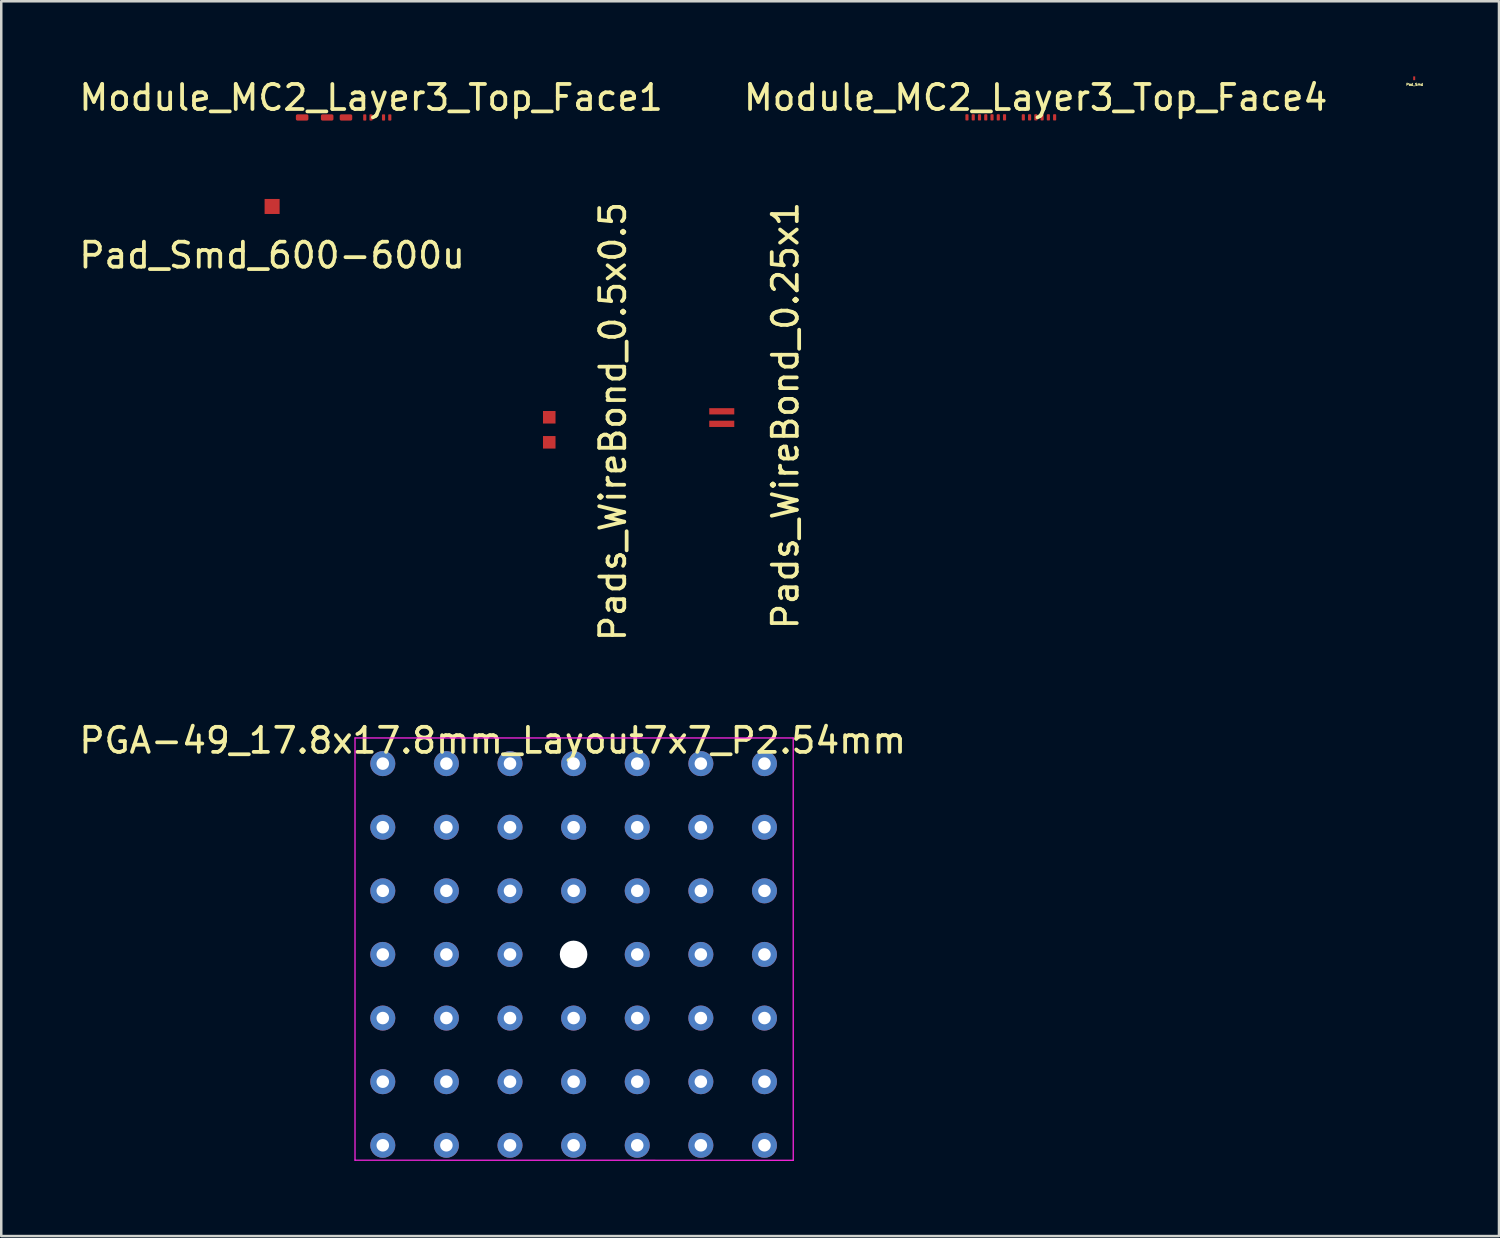
<source format=kicad_pcb>
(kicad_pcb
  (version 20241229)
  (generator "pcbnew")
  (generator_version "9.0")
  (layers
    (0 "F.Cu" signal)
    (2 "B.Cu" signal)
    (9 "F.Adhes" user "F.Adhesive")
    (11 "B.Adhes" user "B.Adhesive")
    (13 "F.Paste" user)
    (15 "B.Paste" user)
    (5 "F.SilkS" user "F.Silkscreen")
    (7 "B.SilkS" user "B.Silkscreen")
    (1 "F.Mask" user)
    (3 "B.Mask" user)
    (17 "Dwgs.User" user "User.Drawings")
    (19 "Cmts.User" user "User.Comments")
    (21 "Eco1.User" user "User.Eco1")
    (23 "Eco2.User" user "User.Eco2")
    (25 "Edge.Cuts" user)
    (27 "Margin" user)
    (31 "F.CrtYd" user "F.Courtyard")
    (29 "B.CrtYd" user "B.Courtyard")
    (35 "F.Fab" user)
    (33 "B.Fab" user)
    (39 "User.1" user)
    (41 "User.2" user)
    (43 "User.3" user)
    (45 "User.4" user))
  (footprint "Pad_Smd_600-600u"
    (layer "F.Cu")
    (at 7.815 6.644)
    (property "Reference" "Pad_Smd_600-600u" (at 0 0.5 0) (layer "F.SilkS") (effects (font (size 1 1) (thickness 0.15))))
    (attr through_hole)
    (pad "1" smd rect (at 0 -1.45) (size 0.6 0.6) (layers "F.Cu" "F.Mask" "F.Paste")))
  (footprint "PGA-49_17.8x17.8mm_Layout7x7_P2.54mm"
    (layer "F.Cu")
    (at 16.625 31.916)
    (property "Reference" "PGA-49_17.8x17.8mm_Layout7x7_P2.54mm" (at 0 -5.4 0) (layer "F.SilkS") (effects (font (size 1 1) (thickness 0.15))))
    (attr through_hole)
    (fp_line (start -5.5 -5.5) (end -5.5 11.359) (stroke (width 0.05) (type solid)) (layer "F.CrtYd"))
    (fp_line (start -5.5 -5.5) (end 11.997 -5.5) (stroke (width 0.05) (type solid)) (layer "F.CrtYd"))
    (fp_line (start 11.998 11.363) (end -5.5 11.359) (stroke (width 0.05) (type solid)) (layer "F.CrtYd"))
    (fp_line (start 11.998 11.363) (end 11.997 -5.5) (stroke (width 0.05) (type solid)) (layer "F.CrtYd"))
    (pad "" np_thru_hole oval (at 3.227 3.143) (size 1.1 1.1) (drill 1.1) (layers "*.Cu" "*.Mask"))
    (pad "A1" thru_hole circle (at 10.849 -4.476) (size 1 1) (drill 0.5) (layers "*.Cu" "*.Mask"))
    (pad "A2" thru_hole circle (at 8.309 -4.476) (size 1 1) (drill 0.5) (layers "*.Cu" "*.Mask"))
    (pad "A3" thru_hole circle (at 5.769 -4.476) (size 1 1) (drill 0.5) (layers "*.Cu" "*.Mask"))
    (pad "A4" thru_hole circle (at 3.229 -4.476) (size 1 1) (drill 0.5) (layers "*.Cu" "*.Mask"))
    (pad "A5" thru_hole circle (at 0.689 -4.476) (size 1 1) (drill 0.5) (layers "*.Cu" "*.Mask"))
    (pad "A6" thru_hole circle (at -1.851 -4.476) (size 1 1) (drill 0.5) (layers "*.Cu" "*.Mask"))
    (pad "A7" thru_hole circle (at -4.391 -4.476) (size 1 1) (drill 0.5) (layers "*.Cu" "*.Mask"))
    (pad "B1" thru_hole circle (at 10.849 -1.936) (size 1 1) (drill 0.5) (layers "*.Cu" "*.Mask"))
    (pad "B2" thru_hole circle (at 8.309 -1.936) (size 1 1) (drill 0.5) (layers "*.Cu" "*.Mask"))
    (pad "B3" thru_hole circle (at 5.769 -1.936) (size 1 1) (drill 0.5) (layers "*.Cu" "*.Mask"))
    (pad "B4" thru_hole circle (at 3.229 -1.936) (size 1 1) (drill 0.5) (layers "*.Cu" "*.Mask"))
    (pad "B5" thru_hole circle (at 0.689 -1.936) (size 1 1) (drill 0.5) (layers "*.Cu" "*.Mask"))
    (pad "B6" thru_hole circle (at -1.851 -1.936) (size 1 1) (drill 0.5) (layers "*.Cu" "*.Mask"))
    (pad "B7" thru_hole circle (at -4.391 -1.936) (size 1 1) (drill 0.5) (layers "*.Cu" "*.Mask"))
    (pad "C1" thru_hole circle (at 10.849 0.604) (size 1 1) (drill 0.5) (layers "*.Cu" "*.Mask"))
    (pad "C2" thru_hole circle (at 8.309 0.604) (size 1 1) (drill 0.5) (layers "*.Cu" "*.Mask"))
    (pad "C3" thru_hole circle (at 5.769 0.604) (size 1 1) (drill 0.5) (layers "*.Cu" "*.Mask"))
    (pad "C4" thru_hole circle (at 3.229 0.604) (size 1 1) (drill 0.5) (layers "*.Cu" "*.Mask"))
    (pad "C5" thru_hole circle (at 0.689 0.604) (size 1 1) (drill 0.5) (layers "*.Cu" "*.Mask"))
    (pad "C6" thru_hole circle (at -1.851 0.604) (size 1 1) (drill 0.5) (layers "*.Cu" "*.Mask"))
    (pad "C7" thru_hole circle (at -4.391 0.604) (size 1 1) (drill 0.5) (layers "*.Cu" "*.Mask"))
    (pad "D1" thru_hole circle (at 10.849 3.144) (size 1 1) (drill 0.5) (layers "*.Cu" "*.Mask"))
    (pad "D2" thru_hole circle (at 8.309 3.144) (size 1 1) (drill 0.5) (layers "*.Cu" "*.Mask"))
    (pad "D3" thru_hole circle (at 5.769 3.144) (size 1 1) (drill 0.5) (layers "*.Cu" "*.Mask"))
    (pad "D5" thru_hole circle (at 0.689 3.144) (size 1 1) (drill 0.5) (layers "*.Cu" "*.Mask"))
    (pad "D6" thru_hole circle (at -1.851 3.144) (size 1 1) (drill 0.5) (layers "*.Cu" "*.Mask"))
    (pad "D7" thru_hole circle (at -4.391 3.144) (size 1 1) (drill 0.5) (layers "*.Cu" "*.Mask"))
    (pad "E1" thru_hole circle (at 10.849 5.684) (size 1 1) (drill 0.5) (layers "*.Cu" "*.Mask"))
    (pad "E2" thru_hole circle (at 8.309 5.684) (size 1 1) (drill 0.5) (layers "*.Cu" "*.Mask"))
    (pad "E3" thru_hole circle (at 5.769 5.684) (size 1 1) (drill 0.5) (layers "*.Cu" "*.Mask"))
    (pad "E4" thru_hole circle (at 3.229 5.684) (size 1 1) (drill 0.5) (layers "*.Cu" "*.Mask"))
    (pad "E5" thru_hole circle (at 0.689 5.684) (size 1 1) (drill 0.5) (layers "*.Cu" "*.Mask"))
    (pad "E6" thru_hole circle (at -1.851 5.684) (size 1 1) (drill 0.5) (layers "*.Cu" "*.Mask"))
    (pad "E7" thru_hole circle (at -4.391 5.684) (size 1 1) (drill 0.5) (layers "*.Cu" "*.Mask"))
    (pad "F1" thru_hole circle (at 10.849 8.224) (size 1 1) (drill 0.5) (layers "*.Cu" "*.Mask"))
    (pad "F2" thru_hole circle (at 8.309 8.224) (size 1 1) (drill 0.5) (layers "*.Cu" "*.Mask"))
    (pad "F3" thru_hole circle (at 5.769 8.224) (size 1 1) (drill 0.5) (layers "*.Cu" "*.Mask"))
    (pad "F4" thru_hole circle (at 3.229 8.224) (size 1 1) (drill 0.5) (layers "*.Cu" "*.Mask"))
    (pad "F5" thru_hole circle (at 0.689 8.224) (size 1 1) (drill 0.5) (layers "*.Cu" "*.Mask"))
    (pad "F6" thru_hole circle (at -1.851 8.224) (size 1 1) (drill 0.5) (layers "*.Cu" "*.Mask"))
    (pad "F7" thru_hole circle (at -4.391 8.224) (size 1 1) (drill 0.5) (layers "*.Cu" "*.Mask"))
    (pad "G1" thru_hole circle (at 10.849 10.764) (size 1 1) (drill 0.5) (layers "*.Cu" "*.Mask"))
    (pad "G2" thru_hole circle (at 8.309 10.764) (size 1 1) (drill 0.5) (layers "*.Cu" "*.Mask"))
    (pad "G3" thru_hole circle (at 5.769 10.764) (size 1 1) (drill 0.5) (layers "*.Cu" "*.Mask"))
    (pad "G4" thru_hole circle (at 3.229 10.764) (size 1 1) (drill 0.5) (layers "*.Cu" "*.Mask"))
    (pad "G5" thru_hole circle (at 0.689 10.764) (size 1 1) (drill 0.5) (layers "*.Cu" "*.Mask"))
    (pad "G6" thru_hole circle (at -1.851 10.764) (size 1 1) (drill 0.5) (layers "*.Cu" "*.Mask"))
    (pad "G7" thru_hole circle (at -4.391 10.764) (size 1 1) (drill 0.5) (layers "*.Cu" "*.Mask")))
  (footprint "Pad_Smd"
    (layer "F.Cu")
    (at 53.417 0.325)
    (property "Reference" "Pad_Smd" (at 0.02 0 0) (layer "F.SilkS") (effects (font (size 0.1 0.1) (thickness 0.025))))
    (attr through_hole)
    (pad "1" smd rect (at 0 -0.25) (size 0.08 0.15) (layers "F.Cu" "F.Mask" "F.Paste")))
  (footprint "Pads_WireBond_0.25x1"
    (layer "F.Cu")
    (at 25.769 13.883)
    (property "Reference" "Pads_WireBond_0.25x1" (at 2.54 -0.34 90) (layer "F.SilkS") (effects (font (size 1 1) (thickness 0.15))))
    (attr through_hole)
    (pad "1" smd rect (at 0 -0.51) (size 1 0.25) (layers "F.Cu" "F.Mask"))
    (pad "2" smd rect (at 0 -0.01) (size 1 0.25) (layers "F.Cu" "F.Mask")))
  (footprint "Pads_WireBond_0.5x0.5"
    (layer "F.Cu")
    (at 18.881 14.121)
    (property "Reference" "Pads_WireBond_0.5x0.5" (at 2.54 -0.34 90) (layer "F.SilkS") (effects (font (size 1 1) (thickness 0.15))))
    (attr through_hole)
    (pad "1" smd rect (at 0 -0.51) (size 0.5 0.5) (layers "F.Cu" "F.Mask"))
    (pad "2" smd rect (at 0 0.49) (size 0.5 0.5) (layers "F.Cu" "F.Mask")))
  (footprint "Module_MC2_Layer3_Top_Face4"
    (layer "F.Cu")
    (at 35.557 1.644)
    (property "Reference" "Module_MC2_Layer3_Top_Face4" (at 2.747 -0.796 0) (unlocked yes) (layer "F.SilkS") (effects (font (size 1 1) (thickness 0.15))))
    (attr smd)
    (pad "1" smd roundrect (at 0.003 -0.008 180) (size 0.125 0.25) (layers "F.Cu" "F.Mask" "F.Paste") (roundrect_rratio 0.25))
    (pad "2" smd roundrect (at 0.253 -0.008 180) (size 0.125 0.25) (layers "F.Cu" "F.Mask" "F.Paste") (roundrect_rratio 0.25))
    (pad "3" smd roundrect (at 0.503 -0.008 180) (size 0.125 0.25) (layers "F.Cu" "F.Mask" "F.Paste") (roundrect_rratio 0.25))
    (pad "4" smd roundrect (at 0.753 -0.008 180) (size 0.125 0.25) (layers "F.Cu" "F.Mask" "F.Paste") (roundrect_rratio 0.25))
    (pad "5" smd roundrect (at 1.003 -0.008 180) (size 0.125 0.25) (layers "F.Cu" "F.Mask" "F.Paste") (roundrect_rratio 0.25))
    (pad "6" smd roundrect (at 1.253 -0.008 180) (size 0.125 0.25) (layers "F.Cu" "F.Mask" "F.Paste") (roundrect_rratio 0.25))
    (pad "7" smd roundrect (at 1.503 -0.008 180) (size 0.125 0.25) (layers "F.Cu" "F.Mask" "F.Paste") (roundrect_rratio 0.25))
    (pad "8" smd roundrect (at 2.253 -0.008 180) (size 0.125 0.25) (layers "F.Cu" "F.Mask" "F.Paste") (roundrect_rratio 0.25))
    (pad "9" smd roundrect (at 2.503 -0.008 180) (size 0.125 0.25) (layers "F.Cu" "F.Mask" "F.Paste") (roundrect_rratio 0.25))
    (pad "10" smd roundrect (at 2.753 -0.008 180) (size 0.125 0.25) (layers "F.Cu" "F.Mask" "F.Paste") (roundrect_rratio 0.25))
    (pad "11" smd roundrect (at 3.003 -0.008 180) (size 0.125 0.25) (layers "F.Cu" "F.Mask" "F.Paste") (roundrect_rratio 0.25))
    (pad "12" smd roundrect (at 3.253 -0.008 180) (size 0.125 0.25) (layers "F.Cu" "F.Mask" "F.Paste") (roundrect_rratio 0.25))
    (pad "13" smd roundrect (at 3.503 -0.008 180) (size 0.125 0.25) (layers "F.Cu" "F.Mask" "F.Paste") (roundrect_rratio 0.25)))
  (footprint "Module_MC2_Layer3_Top_Face1"
    (layer "F.Cu")
    (at 9.021 1.644)
    (property "Reference" "Module_MC2_Layer3_Top_Face1" (at 2.747 -0.796 0) (unlocked yes) (layer "F.SilkS") (effects (font (size 1 1) (thickness 0.15))))
    (attr smd)
    (pad "1" smd roundrect (at -0.007 -0.004 180) (size 0.5 0.25) (layers "F.Cu" "F.Mask" "F.Paste") (roundrect_rratio 0.25))
    (pad "2" smd roundrect (at 0.993 -0.004 180) (size 0.5 0.25) (layers "F.Cu" "F.Mask" "F.Paste") (roundrect_rratio 0.25))
    (pad "3" smd roundrect (at 1.743 -0.004 180) (size 0.5 0.25) (layers "F.Cu" "F.Mask" "F.Paste") (roundrect_rratio 0.25))
    (pad "4" smd roundrect (at 2.493 -0.004 180) (size 0.125 0.25) (layers "F.Cu" "F.Mask" "F.Paste") (roundrect_rratio 0.25))
    (pad "5" smd roundrect (at 2.743 -0.004 180) (size 0.125 0.25) (layers "F.Cu" "F.Mask" "F.Paste") (roundrect_rratio 0.25))
    (pad "6" smd roundrect (at 3.243 -0.004 180) (size 0.125 0.25) (layers "F.Cu" "F.Mask" "F.Paste") (roundrect_rratio 0.25))
    (pad "7" smd roundrect (at 3.493 -0.004 180) (size 0.125 0.25) (layers "F.Cu" "F.Mask" "F.Paste") (roundrect_rratio 0.25)))
  (gr_rect
    (start -3 -3)
    (end 56.803 46.304)
    (stroke (width 0.1) (type default))
    (fill no)
    (layer "Edge.Cuts")))
</source>
